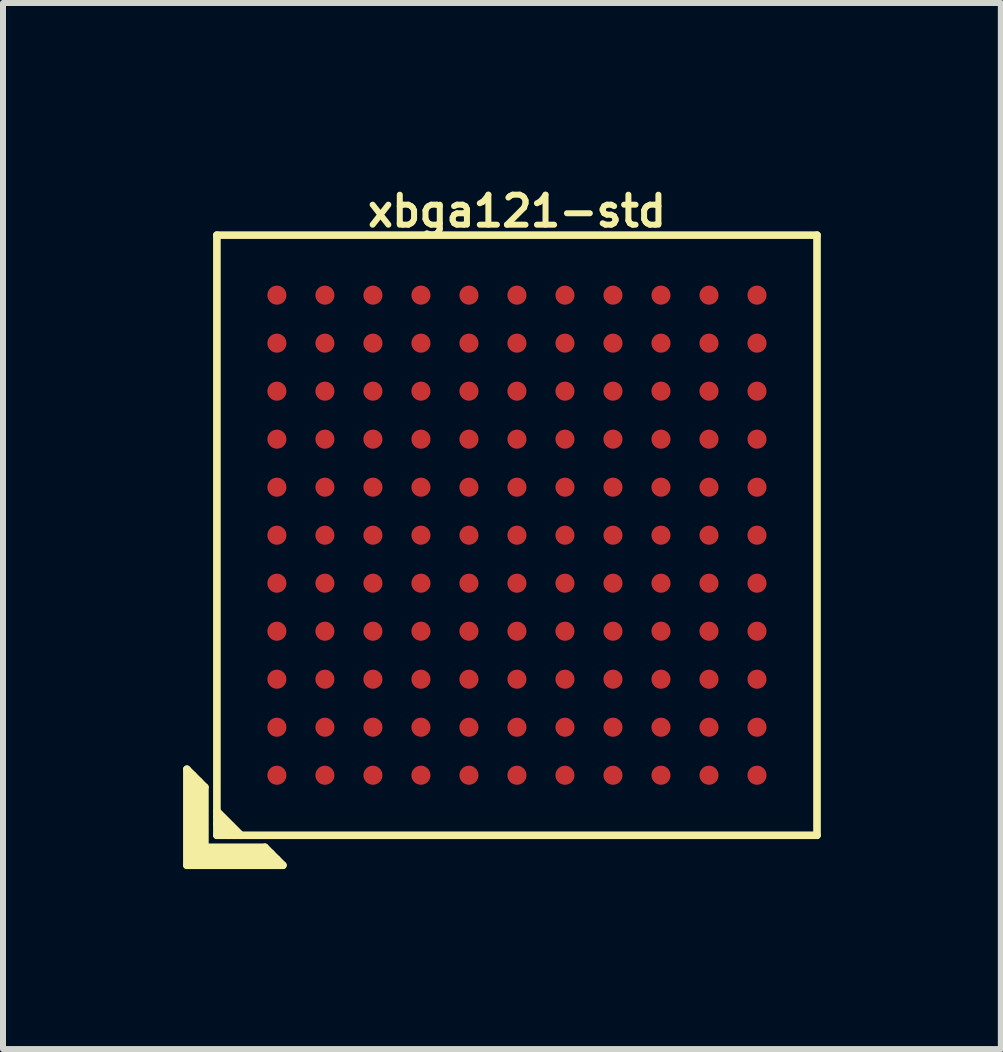
<source format=kicad_pcb>
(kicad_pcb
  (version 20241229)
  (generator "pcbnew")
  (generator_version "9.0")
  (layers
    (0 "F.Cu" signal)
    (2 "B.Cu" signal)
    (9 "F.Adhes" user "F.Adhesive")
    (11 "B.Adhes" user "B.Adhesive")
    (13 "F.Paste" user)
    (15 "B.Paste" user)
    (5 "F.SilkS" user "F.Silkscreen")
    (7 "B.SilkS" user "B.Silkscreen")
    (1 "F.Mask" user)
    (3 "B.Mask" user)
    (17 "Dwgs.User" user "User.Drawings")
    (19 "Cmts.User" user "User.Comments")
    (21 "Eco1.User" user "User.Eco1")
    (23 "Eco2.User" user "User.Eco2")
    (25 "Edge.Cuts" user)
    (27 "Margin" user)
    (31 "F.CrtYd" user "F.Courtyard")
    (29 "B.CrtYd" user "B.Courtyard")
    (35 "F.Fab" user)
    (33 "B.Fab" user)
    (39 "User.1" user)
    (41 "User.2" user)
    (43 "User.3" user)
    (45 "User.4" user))
  (footprint "xbga121-std"
    (layer "F.Cu")
    (at 5.564 5.868)
    (property "Reference" "xbga121-std" (at 0 -5.4 0) (layer "F.SilkS") (effects (font (size 0.5 0.5) (thickness 0.1))))
    (attr through_hole)
    (fp_line (start -5.5 3.9) (end -5.2 4.2) (stroke (width 0.127) (type solid)) (layer "F.SilkS"))
    (fp_line (start -5.5 5.5) (end -5.5 3.9) (stroke (width 0.127) (type solid)) (layer "F.SilkS"))
    (fp_line (start -5.4 5.4) (end -5.4 4) (stroke (width 0.127) (type solid)) (layer "F.SilkS"))
    (fp_line (start -5.3 4.1) (end -5.3 5.3) (stroke (width 0.127) (type solid)) (layer "F.SilkS"))
    (fp_line (start -5.3 5.3) (end -4.1 5.3) (stroke (width 0.127) (type solid)) (layer "F.SilkS"))
    (fp_line (start -5.2 4.2) (end -5.2 5.2) (stroke (width 0.127) (type solid)) (layer "F.SilkS"))
    (fp_line (start -5.2 5.2) (end -4.2 5.2) (stroke (width 0.127) (type solid)) (layer "F.SilkS"))
    (fp_line (start -5 -5) (end -5 5) (stroke (width 0.127) (type solid)) (layer "F.SilkS"))
    (fp_line (start -5 4.7) (end -4.7 5) (stroke (width 0.127) (type solid)) (layer "F.SilkS"))
    (fp_line (start -5 5) (end 5 5) (stroke (width 0.127) (type solid)) (layer "F.SilkS"))
    (fp_line (start -4.8 5) (end -5 4.8) (stroke (width 0.127) (type solid)) (layer "F.SilkS"))
    (fp_line (start -4.6 5) (end -5 4.6) (stroke (width 0.127) (type solid)) (layer "F.SilkS"))
    (fp_line (start -4.2 5.2) (end -3.9 5.5) (stroke (width 0.127) (type solid)) (layer "F.SilkS"))
    (fp_line (start -4 5.4) (end -5.4 5.4) (stroke (width 0.127) (type solid)) (layer "F.SilkS"))
    (fp_line (start -3.9 5.5) (end -5.5 5.5) (stroke (width 0.127) (type solid)) (layer "F.SilkS"))
    (fp_line (start 5 -5) (end -5 -5) (stroke (width 0.127) (type solid)) (layer "F.SilkS"))
    (fp_line (start 5 5) (end 5 -5) (stroke (width 0.127) (type solid)) (layer "F.SilkS"))
    (pad "A1" smd circle (at -4 4) (size 0.318 0.318) (layers "F.Cu" "F.Mask" "F.Paste"))
    (pad "A2" smd circle (at -4 3.2) (size 0.318 0.318) (layers "F.Cu" "F.Mask" "F.Paste"))
    (pad "A3" smd circle (at -4 2.4) (size 0.318 0.318) (layers "F.Cu" "F.Mask" "F.Paste"))
    (pad "A4" smd circle (at -4 1.6) (size 0.318 0.318) (layers "F.Cu" "F.Mask" "F.Paste"))
    (pad "A5" smd circle (at -4 0.8) (size 0.318 0.318) (layers "F.Cu" "F.Mask" "F.Paste"))
    (pad "A6" smd circle (at -4 0) (size 0.318 0.318) (layers "F.Cu" "F.Mask" "F.Paste"))
    (pad "A7" smd circle (at -4 -0.8) (size 0.318 0.318) (layers "F.Cu" "F.Mask" "F.Paste"))
    (pad "A8" smd circle (at -4 -1.6) (size 0.318 0.318) (layers "F.Cu" "F.Mask" "F.Paste"))
    (pad "A9" smd circle (at -4 -2.4) (size 0.318 0.318) (layers "F.Cu" "F.Mask" "F.Paste"))
    (pad "A10" smd circle (at -4 -3.2) (size 0.318 0.318) (layers "F.Cu" "F.Mask" "F.Paste"))
    (pad "A11" smd circle (at -4 -4) (size 0.318 0.318) (layers "F.Cu" "F.Mask" "F.Paste"))
    (pad "B1" smd circle (at -3.2 4) (size 0.318 0.318) (layers "F.Cu" "F.Mask" "F.Paste"))
    (pad "B2" smd circle (at -3.2 3.2) (size 0.318 0.318) (layers "F.Cu" "F.Mask" "F.Paste"))
    (pad "B3" smd circle (at -3.2 2.4) (size 0.318 0.318) (layers "F.Cu" "F.Mask" "F.Paste"))
    (pad "B4" smd circle (at -3.2 1.6) (size 0.318 0.318) (layers "F.Cu" "F.Mask" "F.Paste"))
    (pad "B5" smd circle (at -3.2 0.8) (size 0.318 0.318) (layers "F.Cu" "F.Mask" "F.Paste"))
    (pad "B6" smd circle (at -3.2 0) (size 0.318 0.318) (layers "F.Cu" "F.Mask" "F.Paste"))
    (pad "B7" smd circle (at -3.2 -0.8) (size 0.318 0.318) (layers "F.Cu" "F.Mask" "F.Paste"))
    (pad "B8" smd circle (at -3.2 -1.6) (size 0.318 0.318) (layers "F.Cu" "F.Mask" "F.Paste"))
    (pad "B9" smd circle (at -3.2 -2.4) (size 0.318 0.318) (layers "F.Cu" "F.Mask" "F.Paste"))
    (pad "B10" smd circle (at -3.2 -3.2) (size 0.318 0.318) (layers "F.Cu" "F.Mask" "F.Paste"))
    (pad "B11" smd circle (at -3.2 -4) (size 0.318 0.318) (layers "F.Cu" "F.Mask" "F.Paste"))
    (pad "C1" smd circle (at -2.4 4) (size 0.318 0.318) (layers "F.Cu" "F.Mask" "F.Paste"))
    (pad "C2" smd circle (at -2.4 3.2) (size 0.318 0.318) (layers "F.Cu" "F.Mask" "F.Paste"))
    (pad "C3" smd circle (at -2.4 2.4) (size 0.318 0.318) (layers "F.Cu" "F.Mask" "F.Paste"))
    (pad "C4" smd circle (at -2.4 1.6) (size 0.318 0.318) (layers "F.Cu" "F.Mask" "F.Paste"))
    (pad "C5" smd circle (at -2.4 0.8) (size 0.318 0.318) (layers "F.Cu" "F.Mask" "F.Paste"))
    (pad "C6" smd circle (at -2.4 0) (size 0.318 0.318) (layers "F.Cu" "F.Mask" "F.Paste"))
    (pad "C7" smd circle (at -2.4 -0.8) (size 0.318 0.318) (layers "F.Cu" "F.Mask" "F.Paste"))
    (pad "C8" smd circle (at -2.4 -1.6) (size 0.318 0.318) (layers "F.Cu" "F.Mask" "F.Paste"))
    (pad "C9" smd circle (at -2.4 -2.4) (size 0.318 0.318) (layers "F.Cu" "F.Mask" "F.Paste"))
    (pad "C10" smd circle (at -2.4 -3.2) (size 0.318 0.318) (layers "F.Cu" "F.Mask" "F.Paste"))
    (pad "C11" smd circle (at -2.4 -4) (size 0.318 0.318) (layers "F.Cu" "F.Mask" "F.Paste"))
    (pad "D1" smd circle (at -1.6 4) (size 0.318 0.318) (layers "F.Cu" "F.Mask" "F.Paste"))
    (pad "D2" smd circle (at -1.6 3.2) (size 0.318 0.318) (layers "F.Cu" "F.Mask" "F.Paste"))
    (pad "D3" smd circle (at -1.6 2.4) (size 0.318 0.318) (layers "F.Cu" "F.Mask" "F.Paste"))
    (pad "D4" smd circle (at -1.6 1.6) (size 0.318 0.318) (layers "F.Cu" "F.Mask" "F.Paste"))
    (pad "D5" smd circle (at -1.6 0.8) (size 0.318 0.318) (layers "F.Cu" "F.Mask" "F.Paste"))
    (pad "D6" smd circle (at -1.6 0) (size 0.318 0.318) (layers "F.Cu" "F.Mask" "F.Paste"))
    (pad "D7" smd circle (at -1.6 -0.8) (size 0.318 0.318) (layers "F.Cu" "F.Mask" "F.Paste"))
    (pad "D8" smd circle (at -1.6 -1.6) (size 0.318 0.318) (layers "F.Cu" "F.Mask" "F.Paste"))
    (pad "D9" smd circle (at -1.6 -2.4) (size 0.318 0.318) (layers "F.Cu" "F.Mask" "F.Paste"))
    (pad "D10" smd circle (at -1.6 -3.2) (size 0.318 0.318) (layers "F.Cu" "F.Mask" "F.Paste"))
    (pad "D11" smd circle (at -1.6 -4) (size 0.318 0.318) (layers "F.Cu" "F.Mask" "F.Paste"))
    (pad "E1" smd circle (at -0.8 4) (size 0.318 0.318) (layers "F.Cu" "F.Mask" "F.Paste"))
    (pad "E2" smd circle (at -0.8 3.2) (size 0.318 0.318) (layers "F.Cu" "F.Mask" "F.Paste"))
    (pad "E3" smd circle (at -0.8 2.4) (size 0.318 0.318) (layers "F.Cu" "F.Mask" "F.Paste"))
    (pad "E4" smd circle (at -0.8 1.6) (size 0.318 0.318) (layers "F.Cu" "F.Mask" "F.Paste"))
    (pad "E5" smd circle (at -0.8 0.8) (size 0.318 0.318) (layers "F.Cu" "F.Mask" "F.Paste"))
    (pad "E6" smd circle (at -0.8 0) (size 0.318 0.318) (layers "F.Cu" "F.Mask" "F.Paste"))
    (pad "E7" smd circle (at -0.8 -0.8) (size 0.318 0.318) (layers "F.Cu" "F.Mask" "F.Paste"))
    (pad "E8" smd circle (at -0.8 -1.6) (size 0.318 0.318) (layers "F.Cu" "F.Mask" "F.Paste"))
    (pad "E9" smd circle (at -0.8 -2.4) (size 0.318 0.318) (layers "F.Cu" "F.Mask" "F.Paste"))
    (pad "E10" smd circle (at -0.8 -3.2) (size 0.318 0.318) (layers "F.Cu" "F.Mask" "F.Paste"))
    (pad "E11" smd circle (at -0.8 -4) (size 0.318 0.318) (layers "F.Cu" "F.Mask" "F.Paste"))
    (pad "F1" smd circle (at 0 4) (size 0.318 0.318) (layers "F.Cu" "F.Mask" "F.Paste"))
    (pad "F2" smd circle (at 0 3.2) (size 0.318 0.318) (layers "F.Cu" "F.Mask" "F.Paste"))
    (pad "F3" smd circle (at 0 2.4) (size 0.318 0.318) (layers "F.Cu" "F.Mask" "F.Paste"))
    (pad "F4" smd circle (at 0 1.6) (size 0.318 0.318) (layers "F.Cu" "F.Mask" "F.Paste"))
    (pad "F5" smd circle (at 0 0.8) (size 0.318 0.318) (layers "F.Cu" "F.Mask" "F.Paste"))
    (pad "F6" smd circle (at 0 0) (size 0.318 0.318) (layers "F.Cu" "F.Mask" "F.Paste"))
    (pad "F7" smd circle (at 0 -0.8) (size 0.318 0.318) (layers "F.Cu" "F.Mask" "F.Paste"))
    (pad "F8" smd circle (at 0 -1.6) (size 0.318 0.318) (layers "F.Cu" "F.Mask" "F.Paste"))
    (pad "F9" smd circle (at 0 -2.4) (size 0.318 0.318) (layers "F.Cu" "F.Mask" "F.Paste"))
    (pad "F10" smd circle (at 0 -3.2) (size 0.318 0.318) (layers "F.Cu" "F.Mask" "F.Paste"))
    (pad "F11" smd circle (at 0 -4) (size 0.318 0.318) (layers "F.Cu" "F.Mask" "F.Paste"))
    (pad "G1" smd circle (at 0.8 4) (size 0.318 0.318) (layers "F.Cu" "F.Mask" "F.Paste"))
    (pad "G2" smd circle (at 0.8 3.2) (size 0.318 0.318) (layers "F.Cu" "F.Mask" "F.Paste"))
    (pad "G3" smd circle (at 0.8 2.4) (size 0.318 0.318) (layers "F.Cu" "F.Mask" "F.Paste"))
    (pad "G4" smd circle (at 0.8 1.6) (size 0.318 0.318) (layers "F.Cu" "F.Mask" "F.Paste"))
    (pad "G5" smd circle (at 0.8 0.8) (size 0.318 0.318) (layers "F.Cu" "F.Mask" "F.Paste"))
    (pad "G6" smd circle (at 0.8 0) (size 0.318 0.318) (layers "F.Cu" "F.Mask" "F.Paste"))
    (pad "G7" smd circle (at 0.8 -0.8) (size 0.318 0.318) (layers "F.Cu" "F.Mask" "F.Paste"))
    (pad "G8" smd circle (at 0.8 -1.6) (size 0.318 0.318) (layers "F.Cu" "F.Mask" "F.Paste"))
    (pad "G9" smd circle (at 0.8 -2.4) (size 0.318 0.318) (layers "F.Cu" "F.Mask" "F.Paste"))
    (pad "G10" smd circle (at 0.8 -3.2) (size 0.318 0.318) (layers "F.Cu" "F.Mask" "F.Paste"))
    (pad "G11" smd circle (at 0.8 -4) (size 0.318 0.318) (layers "F.Cu" "F.Mask" "F.Paste"))
    (pad "H1" smd circle (at 1.6 4) (size 0.318 0.318) (layers "F.Cu" "F.Mask" "F.Paste"))
    (pad "H2" smd circle (at 1.6 3.2) (size 0.318 0.318) (layers "F.Cu" "F.Mask" "F.Paste"))
    (pad "H3" smd circle (at 1.6 2.4) (size 0.318 0.318) (layers "F.Cu" "F.Mask" "F.Paste"))
    (pad "H4" smd circle (at 1.6 1.6) (size 0.318 0.318) (layers "F.Cu" "F.Mask" "F.Paste"))
    (pad "H5" smd circle (at 1.6 0.8) (size 0.318 0.318) (layers "F.Cu" "F.Mask" "F.Paste"))
    (pad "H6" smd circle (at 1.6 0) (size 0.318 0.318) (layers "F.Cu" "F.Mask" "F.Paste"))
    (pad "H7" smd circle (at 1.6 -0.8) (size 0.318 0.318) (layers "F.Cu" "F.Mask" "F.Paste"))
    (pad "H8" smd circle (at 1.6 -1.6) (size 0.318 0.318) (layers "F.Cu" "F.Mask" "F.Paste"))
    (pad "H9" smd circle (at 1.6 -2.4) (size 0.318 0.318) (layers "F.Cu" "F.Mask" "F.Paste"))
    (pad "H10" smd circle (at 1.6 -3.2) (size 0.318 0.318) (layers "F.Cu" "F.Mask" "F.Paste"))
    (pad "H11" smd circle (at 1.6 -4) (size 0.318 0.318) (layers "F.Cu" "F.Mask" "F.Paste"))
    (pad "J1" smd circle (at 2.4 4) (size 0.318 0.318) (layers "F.Cu" "F.Mask" "F.Paste"))
    (pad "J2" smd circle (at 2.4 3.2) (size 0.318 0.318) (layers "F.Cu" "F.Mask" "F.Paste"))
    (pad "J3" smd circle (at 2.4 2.4) (size 0.318 0.318) (layers "F.Cu" "F.Mask" "F.Paste"))
    (pad "J4" smd circle (at 2.4 1.6) (size 0.318 0.318) (layers "F.Cu" "F.Mask" "F.Paste"))
    (pad "J5" smd circle (at 2.4 0.8) (size 0.318 0.318) (layers "F.Cu" "F.Mask" "F.Paste"))
    (pad "J6" smd circle (at 2.4 0) (size 0.318 0.318) (layers "F.Cu" "F.Mask" "F.Paste"))
    (pad "J7" smd circle (at 2.4 -0.8) (size 0.318 0.318) (layers "F.Cu" "F.Mask" "F.Paste"))
    (pad "J8" smd circle (at 2.4 -1.6) (size 0.318 0.318) (layers "F.Cu" "F.Mask" "F.Paste"))
    (pad "J9" smd circle (at 2.4 -2.4) (size 0.318 0.318) (layers "F.Cu" "F.Mask" "F.Paste"))
    (pad "J10" smd circle (at 2.4 -3.2) (size 0.318 0.318) (layers "F.Cu" "F.Mask" "F.Paste"))
    (pad "J11" smd circle (at 2.4 -4) (size 0.318 0.318) (layers "F.Cu" "F.Mask" "F.Paste"))
    (pad "K1" smd circle (at 3.2 4) (size 0.318 0.318) (layers "F.Cu" "F.Mask" "F.Paste"))
    (pad "K2" smd circle (at 3.2 3.2) (size 0.318 0.318) (layers "F.Cu" "F.Mask" "F.Paste"))
    (pad "K3" smd circle (at 3.2 2.4) (size 0.318 0.318) (layers "F.Cu" "F.Mask" "F.Paste"))
    (pad "K4" smd circle (at 3.2 1.6) (size 0.318 0.318) (layers "F.Cu" "F.Mask" "F.Paste"))
    (pad "K5" smd circle (at 3.2 0.8) (size 0.318 0.318) (layers "F.Cu" "F.Mask" "F.Paste"))
    (pad "K6" smd circle (at 3.2 0) (size 0.318 0.318) (layers "F.Cu" "F.Mask" "F.Paste"))
    (pad "K7" smd circle (at 3.2 -0.8) (size 0.318 0.318) (layers "F.Cu" "F.Mask" "F.Paste"))
    (pad "K8" smd circle (at 3.2 -1.6) (size 0.318 0.318) (layers "F.Cu" "F.Mask" "F.Paste"))
    (pad "K9" smd circle (at 3.2 -2.4) (size 0.318 0.318) (layers "F.Cu" "F.Mask" "F.Paste"))
    (pad "K10" smd circle (at 3.2 -3.2) (size 0.318 0.318) (layers "F.Cu" "F.Mask" "F.Paste"))
    (pad "K11" smd circle (at 3.2 -4) (size 0.318 0.318) (layers "F.Cu" "F.Mask" "F.Paste"))
    (pad "L1" smd circle (at 4 4) (size 0.318 0.318) (layers "F.Cu" "F.Mask" "F.Paste"))
    (pad "L2" smd circle (at 4 3.2) (size 0.318 0.318) (layers "F.Cu" "F.Mask" "F.Paste"))
    (pad "L3" smd circle (at 4 2.4) (size 0.318 0.318) (layers "F.Cu" "F.Mask" "F.Paste"))
    (pad "L4" smd circle (at 4 1.6) (size 0.318 0.318) (layers "F.Cu" "F.Mask" "F.Paste"))
    (pad "L5" smd circle (at 4 0.8) (size 0.318 0.318) (layers "F.Cu" "F.Mask" "F.Paste"))
    (pad "L6" smd circle (at 4 0) (size 0.318 0.318) (layers "F.Cu" "F.Mask" "F.Paste"))
    (pad "L7" smd circle (at 4 -0.8) (size 0.318 0.318) (layers "F.Cu" "F.Mask" "F.Paste"))
    (pad "L8" smd circle (at 4 -1.6) (size 0.318 0.318) (layers "F.Cu" "F.Mask" "F.Paste"))
    (pad "L9" smd circle (at 4 -2.4) (size 0.318 0.318) (layers "F.Cu" "F.Mask" "F.Paste"))
    (pad "L10" smd circle (at 4 -3.2) (size 0.318 0.318) (layers "F.Cu" "F.Mask" "F.Paste"))
    (pad "L11" smd circle (at 4 -4) (size 0.318 0.318) (layers "F.Cu" "F.Mask" "F.Paste")))
  (gr_rect
    (start -3 -3)
    (end 13.627 14.431)
    (stroke (width 0.1) (type default))
    (fill no)
    (layer "Edge.Cuts")))
</source>
